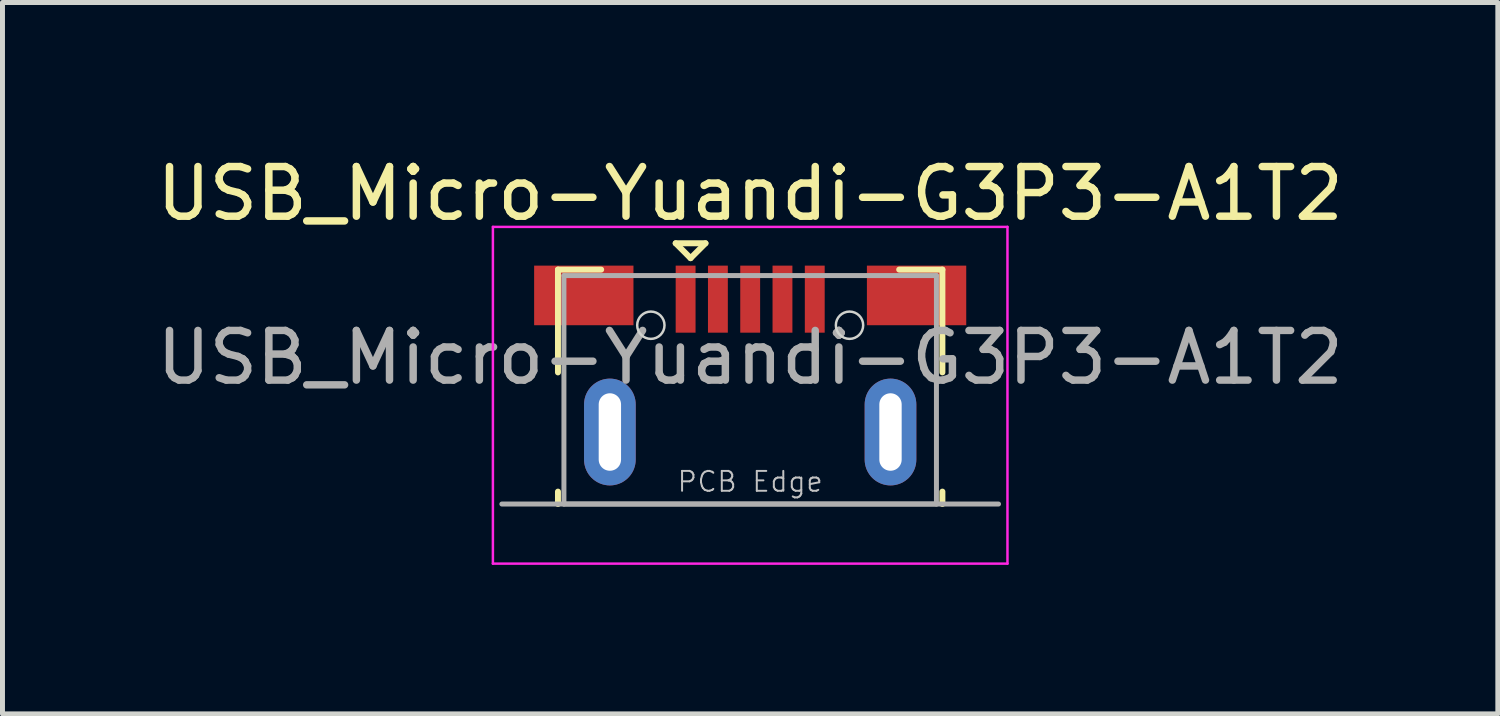
<source format=kicad_pcb>
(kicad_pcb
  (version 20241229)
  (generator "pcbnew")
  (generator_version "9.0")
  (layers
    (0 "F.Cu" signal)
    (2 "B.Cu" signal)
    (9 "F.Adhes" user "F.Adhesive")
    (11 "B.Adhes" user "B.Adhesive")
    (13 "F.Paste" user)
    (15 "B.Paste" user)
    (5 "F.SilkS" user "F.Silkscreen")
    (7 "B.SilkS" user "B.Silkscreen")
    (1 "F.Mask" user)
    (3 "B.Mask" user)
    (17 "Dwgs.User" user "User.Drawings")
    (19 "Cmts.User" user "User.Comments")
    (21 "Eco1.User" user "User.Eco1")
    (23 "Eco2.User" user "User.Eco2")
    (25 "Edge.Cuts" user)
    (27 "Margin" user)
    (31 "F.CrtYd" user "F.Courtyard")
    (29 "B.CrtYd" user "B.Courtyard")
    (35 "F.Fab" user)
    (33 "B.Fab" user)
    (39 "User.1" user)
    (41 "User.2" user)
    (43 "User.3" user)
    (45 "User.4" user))
  (footprint "USB_Micro-Yuandi-G3P3-A1T2"
    (layer "F.Cu")
    (at 12.054 5.648)
    (property "Reference" "USB_Micro-Yuandi-G3P3-A1T2" (at 0 -4.8 180) (layer "F.SilkS") (effects (font (size 1 1) (thickness 0.15))))
    (attr smd)
    (fp_line (start -3.87 -3.27) (end -3.87 -1.2) (stroke (width 0.12) (type solid)) (layer "F.SilkS"))
    (fp_line (start -3.87 -3.27) (end -3 -3.27) (stroke (width 0.12) (type solid)) (layer "F.SilkS"))
    (fp_line (start -3.87 1.2) (end -3.87 1.45) (stroke (width 0.12) (type solid)) (layer "F.SilkS"))
    (fp_line (start -1.5 -3.8) (end -0.9 -3.8) (stroke (width 0.12) (type solid)) (layer "F.SilkS"))
    (fp_line (start -1.2 -3.5) (end -1.5 -3.8) (stroke (width 0.12) (type solid)) (layer "F.SilkS"))
    (fp_line (start -1.2 -3.5) (end -0.9 -3.8) (stroke (width 0.12) (type solid)) (layer "F.SilkS"))
    (fp_line (start 3 -3.27) (end 3.87 -3.27) (stroke (width 0.12) (type solid)) (layer "F.SilkS"))
    (fp_line (start 3.87 -3.27) (end 3.87 -1.2) (stroke (width 0.12) (type solid)) (layer "F.SilkS"))
    (fp_line (start 3.87 1.2) (end 3.87 1.45) (stroke (width 0.12) (type solid)) (layer "F.SilkS"))
    (fp_circle (center -2 -2.15) (end -1.725 -2.15) (stroke (width 0.05) (type default)) (fill no) (layer "Edge.Cuts"))
    (fp_circle (center 2 -2.15) (end 2.275 -2.15) (stroke (width 0.05) (type default)) (fill no) (layer "Edge.Cuts"))
    (fp_line (start -5.18 -4.13) (end -5.18 2.65) (stroke (width 0.05) (type solid)) (layer "F.CrtYd"))
    (fp_line (start -5.18 -4.13) (end 5.18 -4.13) (stroke (width 0.05) (type solid)) (layer "F.CrtYd"))
    (fp_line (start -5.18 2.65) (end 5.18 2.65) (stroke (width 0.05) (type solid)) (layer "F.CrtYd"))
    (fp_line (start 5.18 -4.13) (end 5.18 2.65) (stroke (width 0.05) (type solid)) (layer "F.CrtYd"))
    (fp_line (start -5 1.45) (end 5 1.45) (stroke (width 0.1) (type solid)) (layer "F.Fab"))
    (fp_line (start -3.75 -3.15) (end -3.75 1.45) (stroke (width 0.1) (type solid)) (layer "F.Fab"))
    (fp_line (start -3.75 -3.15) (end 3.75 -3.15) (stroke (width 0.1) (type solid)) (layer "F.Fab"))
    (fp_line (start -3.75 1.45) (end 3.75 1.45) (stroke (width 0.1) (type solid)) (layer "F.Fab"))
    (fp_line (start 3.75 -3.15) (end 3.75 1.45) (stroke (width 0.1) (type solid)) (layer "F.Fab"))
    (fp_text user "PCB Edge" (at 0 1 0) (layer "Dwgs.User") (effects (font (size 0.4 0.4) (thickness 0.04))))
    (fp_text user "${REFERENCE}" (at 0 -1.5 0) (layer "F.Fab") (effects (font (size 1 1) (thickness 0.15))))
    (pad "1" smd rect (at -1.3 -2.675) (size 0.4 1.35) (layers "F.Cu" "F.Mask" "F.Paste"))
    (pad "2" smd rect (at -0.65 -2.675) (size 0.4 1.35) (layers "F.Cu" "F.Mask" "F.Paste"))
    (pad "3" smd rect (at 0 -2.675) (size 0.4 1.35) (layers "F.Cu" "F.Mask" "F.Paste"))
    (pad "4" smd rect (at 0.65 -2.675) (size 0.4 1.35) (layers "F.Cu" "F.Mask" "F.Paste"))
    (pad "5" smd rect (at 1.3 -2.675) (size 0.4 1.35) (layers "F.Cu" "F.Mask" "F.Paste"))
    (pad "6" smd rect (at -3.35 -2.75 270) (size 1.2 2) (layers "F.Cu" "F.Mask"))
    (pad "6" thru_hole oval (at -2.825 0) (size 1.04 2.15) (drill oval 0.45 1.56) (layers "*.Cu" "*.Mask"))
    (pad "6" thru_hole oval (at 2.825 0) (size 1.04 2.15) (drill oval 0.45 1.56) (layers "*.Cu" "*.Mask"))
    (pad "6" smd rect (at 3.35 -2.75 270) (size 1.2 2) (layers "F.Cu" "F.Mask")))
  (gr_rect
    (start -3 -3)
    (end 27.107 11.323)
    (stroke (width 0.1) (type default))
    (fill no)
    (layer "Edge.Cuts")))
</source>
